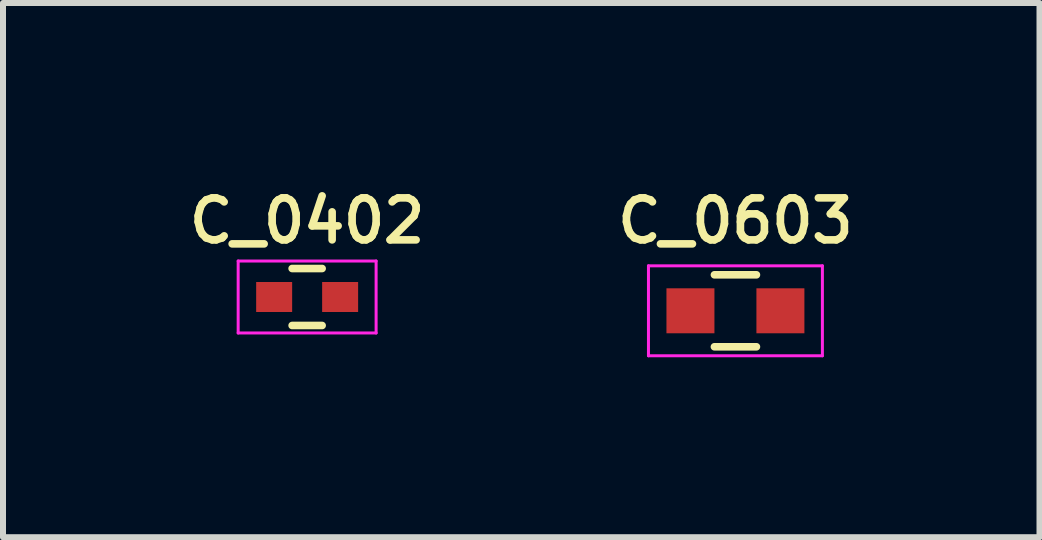
<source format=kicad_pcb>
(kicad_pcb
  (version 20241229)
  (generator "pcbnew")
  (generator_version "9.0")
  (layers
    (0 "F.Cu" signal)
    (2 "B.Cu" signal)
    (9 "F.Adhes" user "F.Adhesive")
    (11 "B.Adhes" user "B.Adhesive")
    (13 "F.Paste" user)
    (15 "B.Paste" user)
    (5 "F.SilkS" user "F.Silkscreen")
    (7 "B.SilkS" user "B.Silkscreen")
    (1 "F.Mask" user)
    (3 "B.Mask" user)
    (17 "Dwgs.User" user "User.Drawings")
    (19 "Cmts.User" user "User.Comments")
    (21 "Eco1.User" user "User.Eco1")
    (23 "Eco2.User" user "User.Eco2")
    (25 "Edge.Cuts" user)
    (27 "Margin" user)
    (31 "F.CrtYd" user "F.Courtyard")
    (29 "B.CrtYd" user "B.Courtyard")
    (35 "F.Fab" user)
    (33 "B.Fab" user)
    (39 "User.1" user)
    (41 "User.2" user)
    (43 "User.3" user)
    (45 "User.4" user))
  (footprint "C_0603"
    (layer "F.Cu")
    (at 9.212 2.132)
    (property "Reference" "C_0603" (at 0 -1.5 0) (layer "F.SilkS") (effects (font (size 0.7 0.7) (thickness 0.127))))
    (attr smd)
    (fp_line (start -0.35 -0.6) (end 0.35 -0.6) (stroke (width 0.127) (type solid)) (layer "F.SilkS"))
    (fp_line (start 0.35 0.6) (end -0.35 0.6) (stroke (width 0.127) (type solid)) (layer "F.SilkS"))
    (fp_line (start -1.45 -0.75) (end -1.45 0.75) (stroke (width 0.05) (type solid)) (layer "F.CrtYd"))
    (fp_line (start -1.45 -0.75) (end 1.45 -0.75) (stroke (width 0.05) (type solid)) (layer "F.CrtYd"))
    (fp_line (start -1.45 0.75) (end 1.45 0.75) (stroke (width 0.05) (type solid)) (layer "F.CrtYd"))
    (fp_line (start 1.45 -0.75) (end 1.45 0.75) (stroke (width 0.05) (type solid)) (layer "F.CrtYd"))
    (pad "1" smd rect (at -0.75 0) (size 0.8 0.75) (layers "F.Cu" "F.Mask" "F.Paste"))
    (pad "2" smd rect (at 0.75 0) (size 0.8 0.75) (layers "F.Cu" "F.Mask" "F.Paste")))
  (footprint "C_0402"
    (layer "F.Cu")
    (at 2.071 1.902)
    (property "Reference" "C_0402" (at 0 -1.27 0) (layer "F.SilkS") (effects (font (size 0.7 0.7) (thickness 0.127))))
    (attr smd)
    (fp_line (start -0.25 0.475) (end 0.25 0.475) (stroke (width 0.127) (type solid)) (layer "F.SilkS"))
    (fp_line (start 0.25 -0.475) (end -0.25 -0.475) (stroke (width 0.127) (type solid)) (layer "F.SilkS"))
    (fp_line (start -1.15 -0.6) (end -1.15 0.6) (stroke (width 0.05) (type solid)) (layer "F.CrtYd"))
    (fp_line (start -1.15 -0.6) (end 1.15 -0.6) (stroke (width 0.05) (type solid)) (layer "F.CrtYd"))
    (fp_line (start -1.15 0.6) (end 1.15 0.6) (stroke (width 0.05) (type solid)) (layer "F.CrtYd"))
    (fp_line (start 1.15 -0.6) (end 1.15 0.6) (stroke (width 0.05) (type solid)) (layer "F.CrtYd"))
    (pad "1" smd rect (at -0.55 0) (size 0.6 0.5) (layers "F.Cu" "F.Mask" "F.Paste"))
    (pad "2" smd rect (at 0.55 0) (size 0.6 0.5) (layers "F.Cu" "F.Mask" "F.Paste")))
  (gr_rect
    (start -3 -3)
    (end 14.282 5.907)
    (stroke (width 0.1) (type default))
    (fill no)
    (layer "Edge.Cuts")))
</source>
